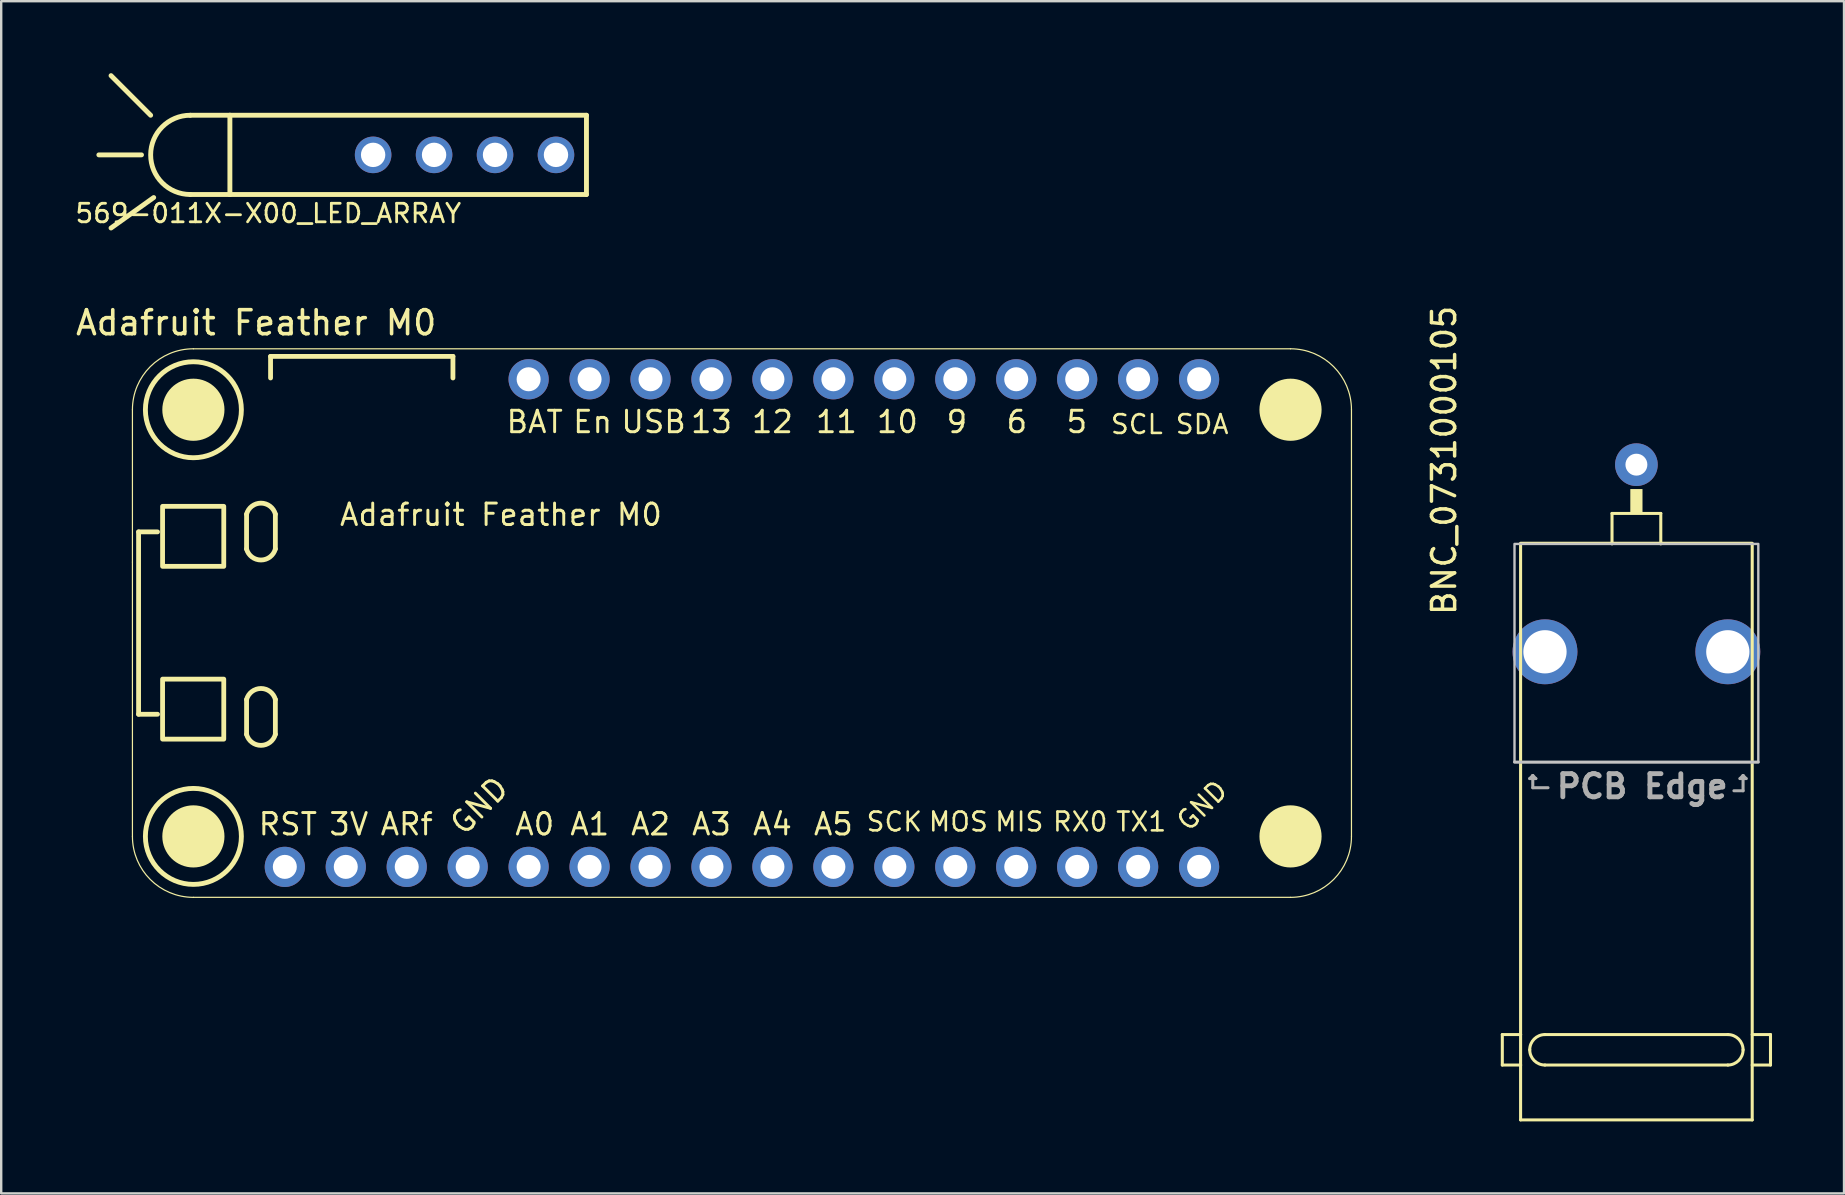
<source format=kicad_pcb>
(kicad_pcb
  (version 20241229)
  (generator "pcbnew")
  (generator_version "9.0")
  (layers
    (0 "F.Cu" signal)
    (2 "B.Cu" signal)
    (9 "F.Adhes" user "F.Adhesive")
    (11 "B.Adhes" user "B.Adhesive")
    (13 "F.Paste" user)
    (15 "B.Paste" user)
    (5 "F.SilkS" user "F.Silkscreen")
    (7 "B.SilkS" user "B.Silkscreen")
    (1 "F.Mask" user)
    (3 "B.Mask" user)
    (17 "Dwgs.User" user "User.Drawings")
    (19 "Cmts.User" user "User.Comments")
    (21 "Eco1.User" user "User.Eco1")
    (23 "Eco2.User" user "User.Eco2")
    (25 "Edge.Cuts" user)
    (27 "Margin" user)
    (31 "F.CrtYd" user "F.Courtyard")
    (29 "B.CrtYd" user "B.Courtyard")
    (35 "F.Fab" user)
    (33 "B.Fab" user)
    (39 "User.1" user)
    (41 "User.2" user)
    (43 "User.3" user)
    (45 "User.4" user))
  (footprint "BNC_0731000105"
    (layer "F.Cu")
    (at 65.143 28.709)
    (property "Reference" "BNC_0731000105" (at -7.45 -6.045 90) (layer "F.SilkS") (effects (font (size 0.965 0.965) (thickness 0.145)) (justify left bottom)))
    (attr through_hole)
    (fp_line (start -5.588 11.354) (end -4.826 11.354) (stroke (width 0.127) (type solid)) (layer "F.SilkS"))
    (fp_line (start -5.588 12.624) (end -5.588 11.354) (stroke (width 0.127) (type solid)) (layer "F.SilkS"))
    (fp_line (start -4.826 -9.119) (end 4.826 -9.119) (stroke (width 0.127) (type solid)) (layer "F.SilkS"))
    (fp_line (start -4.826 -9.093) (end -4.826 11.354) (stroke (width 0.127) (type solid)) (layer "F.SilkS"))
    (fp_line (start -4.826 11.354) (end -4.826 12.624) (stroke (width 0.127) (type solid)) (layer "F.SilkS"))
    (fp_line (start -4.826 12.624) (end -5.588 12.624) (stroke (width 0.127) (type solid)) (layer "F.SilkS"))
    (fp_line (start -4.826 12.624) (end -4.826 14.91) (stroke (width 0.127) (type solid)) (layer "F.SilkS"))
    (fp_line (start -4.826 14.91) (end 4.826 14.91) (stroke (width 0.127) (type solid)) (layer "F.SilkS"))
    (fp_line (start -3.81 11.354) (end 3.81 11.354) (stroke (width 0.127) (type solid)) (layer "F.SilkS"))
    (fp_line (start -1.016 -10.363) (end 1.016 -10.363) (stroke (width 0.127) (type solid)) (layer "F.SilkS"))
    (fp_line (start -1.016 -9.093) (end -1.016 -10.363) (stroke (width 0.127) (type solid)) (layer "F.SilkS"))
    (fp_line (start 1.016 -10.363) (end 1.016 -9.093) (stroke (width 0.127) (type solid)) (layer "F.SilkS"))
    (fp_line (start 3.81 12.624) (end -3.81 12.624) (stroke (width 0.127) (type solid)) (layer "F.SilkS"))
    (fp_line (start 4.826 11.354) (end 5.588 11.354) (stroke (width 0.127) (type solid)) (layer "F.SilkS"))
    (fp_line (start 4.826 14.91) (end 4.826 -9.093) (stroke (width 0.127) (type solid)) (layer "F.SilkS"))
    (fp_line (start 5.588 11.354) (end 5.588 12.624) (stroke (width 0.127) (type solid)) (layer "F.SilkS"))
    (fp_line (start 5.588 12.624) (end 4.826 12.624) (stroke (width 0.127) (type solid)) (layer "F.SilkS"))
    (fp_arc (start -4.445 11.9888) (mid -4.259013 11.539787) (end -3.81 11.3538) (stroke (width 0.127) (type solid)) (layer "F.SilkS"))
    (fp_arc (start -3.81 12.6238) (mid -4.259013 12.437813) (end -4.445 11.9888) (stroke (width 0.127) (type solid)) (layer "F.SilkS"))
    (fp_arc (start 3.81 11.3538) (mid 4.259013 11.539787) (end 4.445 11.9888) (stroke (width 0.127) (type solid)) (layer "F.SilkS"))
    (fp_arc (start 4.445 11.9888) (mid 4.259013 12.437813) (end 3.81 12.6238) (stroke (width 0.127) (type solid)) (layer "F.SilkS"))
    (fp_poly (pts (xy -0.254 -10.363) (xy 0.254 -10.363) (xy 0.254 -11.379) (xy -0.254 -11.379)) (stroke (width 0) (type solid)) (fill yes) (layer "F.SilkS"))
    (fp_poly (pts (xy -5.08 0) (xy 5.08 0) (xy 5.08 -9.093) (xy -5.08 -9.093)) (stroke (width 0.1) (type solid)) (fill no) (layer "Dwgs.User"))
    (fp_line (start -5.08 0) (end 5.08 0) (stroke (width 0.127) (type solid)) (layer "F.Fab"))
    (fp_line (start -4.318 0.559) (end -4.445 0.686) (stroke (width 0.127) (type solid)) (layer "F.Fab"))
    (fp_line (start -4.318 1.067) (end -4.318 0.559) (stroke (width 0.127) (type solid)) (layer "F.Fab"))
    (fp_line (start -4.191 0.686) (end -4.445 0.686) (stroke (width 0.127) (type solid)) (layer "F.Fab"))
    (fp_line (start -4.191 0.686) (end -4.318 0.559) (stroke (width 0.127) (type solid)) (layer "F.Fab"))
    (fp_line (start -3.683 1.067) (end -4.318 1.067) (stroke (width 0.127) (type solid)) (layer "F.Fab"))
    (fp_line (start 4.064 1.194) (end 4.445 1.194) (stroke (width 0.127) (type solid)) (layer "F.Fab"))
    (fp_line (start 4.318 0.686) (end 4.572 0.686) (stroke (width 0.127) (type solid)) (layer "F.Fab"))
    (fp_line (start 4.445 0.559) (end 4.318 0.686) (stroke (width 0.127) (type solid)) (layer "F.Fab"))
    (fp_line (start 4.445 1.194) (end 4.445 0.559) (stroke (width 0.127) (type solid)) (layer "F.Fab"))
    (fp_line (start 4.572 0.686) (end 4.445 0.559) (stroke (width 0.127) (type solid)) (layer "F.Fab"))
    (fp_text user "PCB Edge" (at -3.429 1.575 0) (layer "F.Fab") (effects (font (size 0.965 0.965) (thickness 0.203)) (justify left bottom)))
    (pad "1" thru_hole circle (at 0 -12.395) (size 1.778 1.778) (drill 0.914) (layers "*.Cu" "*.Mask"))
    (pad "2" thru_hole circle (at -3.81 -4.597) (size 2.705 2.705) (drill 1.803) (layers "*.Cu" "*.Mask"))
    (pad "3" thru_hole circle (at 3.81 -4.597) (size 2.705 2.705) (drill 1.803) (layers "*.Cu" "*.Mask")))
  (footprint "569-011X-X00_LED_ARRAY"
    (layer "F.Cu")
    (at 21.389 3.404)
    (property "Reference" "569-011X-X00_LED_ARRAY" (at -13.259 2.438 0) (layer "F.SilkS") (effects (font (size 0.772 0.772) (thickness 0.116))))
    (attr through_hole)
    (fp_line (start -18.542 0) (end -20.32 0) (stroke (width 0.203) (type solid)) (layer "F.SilkS"))
    (fp_line (start -18.161 -1.651) (end -19.812 -3.302) (stroke (width 0.203) (type solid)) (layer "F.SilkS"))
    (fp_line (start -18.034 1.778) (end -19.812 3.048) (stroke (width 0.203) (type solid)) (layer "F.SilkS"))
    (fp_line (start -14.859 -1.651) (end -16.51 -1.651) (stroke (width 0.203) (type solid)) (layer "F.SilkS"))
    (fp_line (start -14.859 -1.651) (end -14.859 1.651) (stroke (width 0.203) (type solid)) (layer "F.SilkS"))
    (fp_line (start -14.859 1.651) (end -16.51 1.651) (stroke (width 0.203) (type solid)) (layer "F.SilkS"))
    (fp_line (start 0 -1.651) (end -14.859 -1.651) (stroke (width 0.203) (type solid)) (layer "F.SilkS"))
    (fp_line (start 0 -1.651) (end 0 1.651) (stroke (width 0.203) (type solid)) (layer "F.SilkS"))
    (fp_line (start 0 1.651) (end -14.859 1.651) (stroke (width 0.203) (type solid)) (layer "F.SilkS"))
    (fp_arc (start -16.51 1.651) (mid -18.161 0) (end -16.51 -1.651) (stroke (width 0.2032) (type solid)) (layer "F.SilkS"))
    (pad "A1" thru_hole circle (at -6.35 0) (size 1.524 1.524) (drill 1.016) (layers "*.Cu" "*.Mask"))
    (pad "A2" thru_hole circle (at -1.27 0) (size 1.524 1.524) (drill 1.016) (layers "*.Cu" "*.Mask"))
    (pad "C1" thru_hole circle (at -8.89 0) (size 1.524 1.524) (drill 1.016) (layers "*.Cu" "*.Mask"))
    (pad "C2" thru_hole circle (at -3.81 0) (size 1.524 1.524) (drill 1.016) (layers "*.Cu" "*.Mask")))
  (footprint "Adafruit Feather M0"
    (layer "F.Cu")
    (at 26.625 24.201)
    (property "Reference" "Adafruit Feather M0" (at -19 -13.8 0) (unlocked yes) (layer "F.SilkS") (effects (font (size 1 1) (thickness 0.15))))
    (attr through_hole)
    (fp_line (start -24.156 -10.176) (end -24.156 -3.826) (stroke (width 0.05) (type solid)) (layer "F.SilkS"))
    (fp_line (start -24.156 -3.826) (end -24.156 7.604) (stroke (width 0.05) (type solid)) (layer "F.SilkS"))
    (fp_line (start -23.9 -5.086) (end -23.9 2.514) (stroke (width 0.2) (type solid)) (layer "F.SilkS"))
    (fp_line (start -23.9 2.514) (end -23.111 2.514) (stroke (width 0.2) (type solid)) (layer "F.SilkS"))
    (fp_line (start -23.111 -5.086) (end -23.9 -5.086) (stroke (width 0.2) (type solid)) (layer "F.SilkS"))
    (fp_line (start -21.616 10.144) (end 24.104 10.144) (stroke (width 0.05) (type solid)) (layer "F.SilkS"))
    (fp_line (start -19.401 -4.372) (end -19.4 -5.824) (stroke (width 0.2) (type solid)) (layer "F.SilkS"))
    (fp_line (start -19.4 3.352) (end -19.4 1.9) (stroke (width 0.2) (type solid)) (layer "F.SilkS"))
    (fp_line (start -18.4 -12.4) (end -18.4 -11.5) (stroke (width 0.2) (type solid)) (layer "F.SilkS"))
    (fp_line (start -18.2 -4.374) (end -18.2 -5.826) (stroke (width 0.2) (type solid)) (layer "F.SilkS"))
    (fp_line (start -18.2 3.35) (end -18.2 1.898) (stroke (width 0.2) (type solid)) (layer "F.SilkS"))
    (fp_line (start -10.8 -12.4) (end -18.4 -12.4) (stroke (width 0.2) (type solid)) (layer "F.SilkS"))
    (fp_line (start -10.8 -11.5) (end -10.8 -12.4) (stroke (width 0.2) (type solid)) (layer "F.SilkS"))
    (fp_line (start 24.104 -12.716) (end -21.616 -12.716) (stroke (width 0.05) (type solid)) (layer "F.SilkS"))
    (fp_line (start 26.644 7.604) (end 26.644 -10.176) (stroke (width 0.05) (type solid)) (layer "F.SilkS"))
    (fp_rect (start -22.9 -6.15) (end -20.35 -3.65) (stroke (width 0.2) (type solid)) (fill no) (layer "F.SilkS"))
    (fp_rect (start -22.9 1.05) (end -20.35 3.55) (stroke (width 0.2) (type solid)) (fill no) (layer "F.SilkS"))
    (fp_arc (start -24.156051 -10.176051) (mid -23.412102 -11.972102) (end -21.616051 -12.716051) (stroke (width 0.05) (type solid)) (layer "F.SilkS"))
    (fp_arc (start -21.616051 10.143949) (mid -23.412102 9.4) (end -24.156051 7.603949) (stroke (width 0.05) (type solid)) (layer "F.SilkS"))
    (fp_arc (start -19.400245 -5.824078) (mid -18.800706 -6.284337) (end -18.199756 -5.825922) (stroke (width 0.2) (type solid)) (layer "F.SilkS"))
    (fp_arc (start -19.4 1.9) (mid -18.800461 1.439741) (end -18.199511 1.898156) (stroke (width 0.2) (type solid)) (layer "F.SilkS"))
    (fp_arc (start -18.200245 -4.374078) (mid -18.799784 -3.913819) (end -19.400734 -4.372234) (stroke (width 0.2) (type solid)) (layer "F.SilkS"))
    (fp_arc (start -18.2 3.35) (mid -18.799539 3.810259) (end -19.400489 3.351844) (stroke (width 0.2) (type solid)) (layer "F.SilkS"))
    (fp_arc (start 24.103949 -12.716051) (mid 25.9 -11.972102) (end 26.643949 -10.176051) (stroke (width 0.05) (type solid)) (layer "F.SilkS"))
    (fp_arc (start 26.643949 7.603949) (mid 25.9 9.4) (end 24.103949 10.143949) (stroke (width 0.05) (type solid)) (layer "F.SilkS"))
    (fp_circle (center -21.616 -10.176) (end -21.616 -8.176) (stroke (width 0.203) (type solid)) (fill no) (layer "F.SilkS"))
    (fp_circle (center -21.616 7.604) (end -21.616 9.604) (stroke (width 0.203) (type solid)) (fill no) (layer "F.SilkS"))
    (fp_circle (center -21.616 7.604) (end -20.381 7.604) (stroke (width 0.12) (type solid)) (fill yes) (layer "F.SilkS"))
    (fp_circle (center -21.616 -10.176) (end -20.381 -10.176) (stroke (width 0.12) (type solid)) (fill yes) (layer "F.SilkS"))
    (fp_circle (center 24.104 -10.176) (end 25.339 -10.176) (stroke (width 0.12) (type solid)) (fill yes) (layer "F.SilkS"))
    (fp_circle (center 24.104 7.604) (end 25.339 7.604) (stroke (width 0.12) (type solid)) (fill yes) (layer "F.SilkS"))
    (fp_text user "En" (at -4.979 -9.668 0) (layer "F.SilkS") (effects (font (size 0.894 0.894) (thickness 0.122))))
    (fp_text user "SCK" (at 7.594 6.995 0) (layer "F.SilkS") (effects (font (size 0.782 0.782) (thickness 0.107))))
    (fp_text user "USB" (at -2.439 -9.668 0) (layer "F.SilkS") (effects (font (size 0.894 0.894) (thickness 0.122))))
    (fp_text user "A1" (at -5.1 7.096 0) (layer "F.SilkS") (effects (font (size 0.894 0.894) (thickness 0.122))))
    (fp_text user "13" (at -0.026 -9.668 0) (layer "F.SilkS") (effects (font (size 0.894 0.894) (thickness 0.122))))
    (fp_text user "TX1" (at 17.881 6.995 0) (layer "F.SilkS") (effects (font (size 0.782 0.782) (thickness 0.107))))
    (fp_text user "A0" (at -7.392 7.096 0) (layer "F.SilkS") (effects (font (size 0.894 0.894) (thickness 0.122))))
    (fp_text user "Adafruit Feather M0" (at -8.8 -5.8 0) (layer "F.SilkS") (effects (font (size 0.894 0.894) (thickness 0.122))))
    (fp_text user "A2" (at -2.566 7.096 0) (layer "F.SilkS") (effects (font (size 0.894 0.894) (thickness 0.122))))
    (fp_text user "ARf" (at -12.726 7.096 0) (layer "F.SilkS") (effects (font (size 0.894 0.894) (thickness 0.122))))
    (fp_text user "3V" (at -15.139 7.096 0) (layer "F.SilkS") (effects (font (size 0.894 0.894) (thickness 0.122))))
    (fp_text user "SCL" (at 17.7 -9.567 0) (layer "F.SilkS") (effects (font (size 0.782 0.782) (thickness 0.107))))
    (fp_text user "A5" (at 5.054 7.096 0) (layer "F.SilkS") (effects (font (size 0.894 0.894) (thickness 0.122))))
    (fp_text user "RST" (at -17.679 7.096 0) (layer "F.SilkS") (effects (font (size 0.894 0.894) (thickness 0.122))))
    (fp_text user "11" (at 5.181 -9.668 0) (layer "F.SilkS") (effects (font (size 0.894 0.894) (thickness 0.122))))
    (fp_text user "SDA" (at 20.421 -9.567 0) (layer "F.SilkS") (effects (font (size 0.782 0.782) (thickness 0.107))))
    (fp_text user "5" (at 15.2 -9.668 180) (layer "F.SilkS") (effects (font (size 0.894 0.894) (thickness 0.122))))
    (fp_text user "BAT" (at -7.392 -9.668 0) (layer "F.SilkS") (effects (font (size 0.894 0.894) (thickness 0.122))))
    (fp_text user "MIS" (at 12.801 6.995 0) (layer "F.SilkS") (effects (font (size 0.782 0.782) (thickness 0.107))))
    (fp_text user "6" (at 12.7 -9.668 180) (layer "F.SilkS") (effects (font (size 0.894 0.894) (thickness 0.122))))
    (fp_text user "RX0" (at 15.341 6.995 0) (layer "F.SilkS") (effects (font (size 0.782 0.782) (thickness 0.107))))
    (fp_text user "MOS" (at 10.261 6.995 0) (layer "F.SilkS") (effects (font (size 0.782 0.782) (thickness 0.107))))
    (fp_text user "9" (at 10.2 -9.668 180) (layer "F.SilkS") (effects (font (size 0.894 0.894) (thickness 0.122))))
    (fp_text user "A3" (at -0.026 7.096 0) (layer "F.SilkS") (effects (font (size 0.894 0.894) (thickness 0.122))))
    (fp_text user "10" (at 7.721 -9.668 0) (layer "F.SilkS") (effects (font (size 0.894 0.894) (thickness 0.122))))
    (fp_text user "12" (at 2.514 -9.668 0) (layer "F.SilkS") (effects (font (size 0.894 0.894) (thickness 0.122))))
    (fp_text user "GND" (at 20.421 6.322 45) (layer "F.SilkS") (effects (font (size 0.782 0.782) (thickness 0.107))))
    (fp_text user "GND" (at -9.7 6.327 45) (layer "F.SilkS") (effects (font (size 0.894 0.894) (thickness 0.122))))
    (fp_text user "A4" (at 2.514 7.096 0) (layer "F.SilkS") (effects (font (size 0.894 0.894) (thickness 0.122))))
    (pad "1" thru_hole circle (at -17.806 8.874 270) (size 1.676 1.676) (drill 1) (layers "*.Cu" "*.Mask"))
    (pad "2" thru_hole circle (at -15.266 8.874 270) (size 1.676 1.676) (drill 1) (layers "*.Cu" "*.Mask"))
    (pad "3" thru_hole circle (at -12.726 8.874 270) (size 1.676 1.676) (drill 1) (layers "*.Cu" "*.Mask"))
    (pad "4" thru_hole circle (at -10.186 8.874 270) (size 1.676 1.676) (drill 1) (layers "*.Cu" "*.Mask"))
    (pad "5" thru_hole circle (at -7.646 8.874 270) (size 1.676 1.676) (drill 1) (layers "*.Cu" "*.Mask"))
    (pad "6" thru_hole circle (at -5.106 8.874 270) (size 1.676 1.676) (drill 1) (layers "*.Cu" "*.Mask"))
    (pad "7" thru_hole circle (at -2.566 8.874 270) (size 1.676 1.676) (drill 1) (layers "*.Cu" "*.Mask"))
    (pad "8" thru_hole circle (at -0.026 8.874 270) (size 1.676 1.676) (drill 1) (layers "*.Cu" "*.Mask"))
    (pad "9" thru_hole circle (at 2.514 8.874 270) (size 1.676 1.676) (drill 1) (layers "*.Cu" "*.Mask"))
    (pad "10" thru_hole circle (at 5.054 8.874 270) (size 1.676 1.676) (drill 1) (layers "*.Cu" "*.Mask"))
    (pad "11" thru_hole circle (at 7.594 8.874 270) (size 1.676 1.676) (drill 1) (layers "*.Cu" "*.Mask"))
    (pad "12" thru_hole circle (at 10.134 8.874 270) (size 1.676 1.676) (drill 1) (layers "*.Cu" "*.Mask"))
    (pad "13" thru_hole circle (at 12.674 8.874 270) (size 1.676 1.676) (drill 1) (layers "*.Cu" "*.Mask"))
    (pad "14" thru_hole circle (at 15.214 8.874 270) (size 1.676 1.676) (drill 1) (layers "*.Cu" "*.Mask"))
    (pad "15" thru_hole circle (at 17.754 8.874 270) (size 1.676 1.676) (drill 1) (layers "*.Cu" "*.Mask"))
    (pad "16" thru_hole circle (at 20.294 8.874 270) (size 1.676 1.676) (drill 1) (layers "*.Cu" "*.Mask"))
    (pad "17" thru_hole circle (at 20.294 -11.446 90) (size 1.676 1.676) (drill 1) (layers "*.Cu" "*.Mask"))
    (pad "18" thru_hole circle (at 17.754 -11.446 90) (size 1.676 1.676) (drill 1) (layers "*.Cu" "*.Mask"))
    (pad "19" thru_hole circle (at 15.214 -11.446 90) (size 1.676 1.676) (drill 1) (layers "*.Cu" "*.Mask"))
    (pad "20" thru_hole circle (at 12.674 -11.446 90) (size 1.676 1.676) (drill 1) (layers "*.Cu" "*.Mask"))
    (pad "21" thru_hole circle (at 10.134 -11.446 90) (size 1.676 1.676) (drill 1) (layers "*.Cu" "*.Mask"))
    (pad "22" thru_hole circle (at 7.594 -11.446 90) (size 1.676 1.676) (drill 1) (layers "*.Cu" "*.Mask"))
    (pad "23" thru_hole circle (at 5.054 -11.446 90) (size 1.676 1.676) (drill 1) (layers "*.Cu" "*.Mask"))
    (pad "24" thru_hole circle (at 2.514 -11.446 90) (size 1.676 1.676) (drill 1) (layers "*.Cu" "*.Mask"))
    (pad "25" thru_hole circle (at -0.026 -11.446 90) (size 1.676 1.676) (drill 1) (layers "*.Cu" "*.Mask"))
    (pad "26" thru_hole circle (at -2.566 -11.446 90) (size 1.676 1.676) (drill 1) (layers "*.Cu" "*.Mask"))
    (pad "27" thru_hole circle (at -5.106 -11.446 90) (size 1.676 1.676) (drill 1) (layers "*.Cu" "*.Mask"))
    (pad "28" thru_hole circle (at -7.646 -11.446 90) (size 1.676 1.676) (drill 1) (layers "*.Cu" "*.Mask")))
  (gr_rect
    (start -3 -3)
    (end 73.795 46.682)
    (stroke (width 0.1) (type default))
    (fill no)
    (layer "Edge.Cuts")))
</source>
